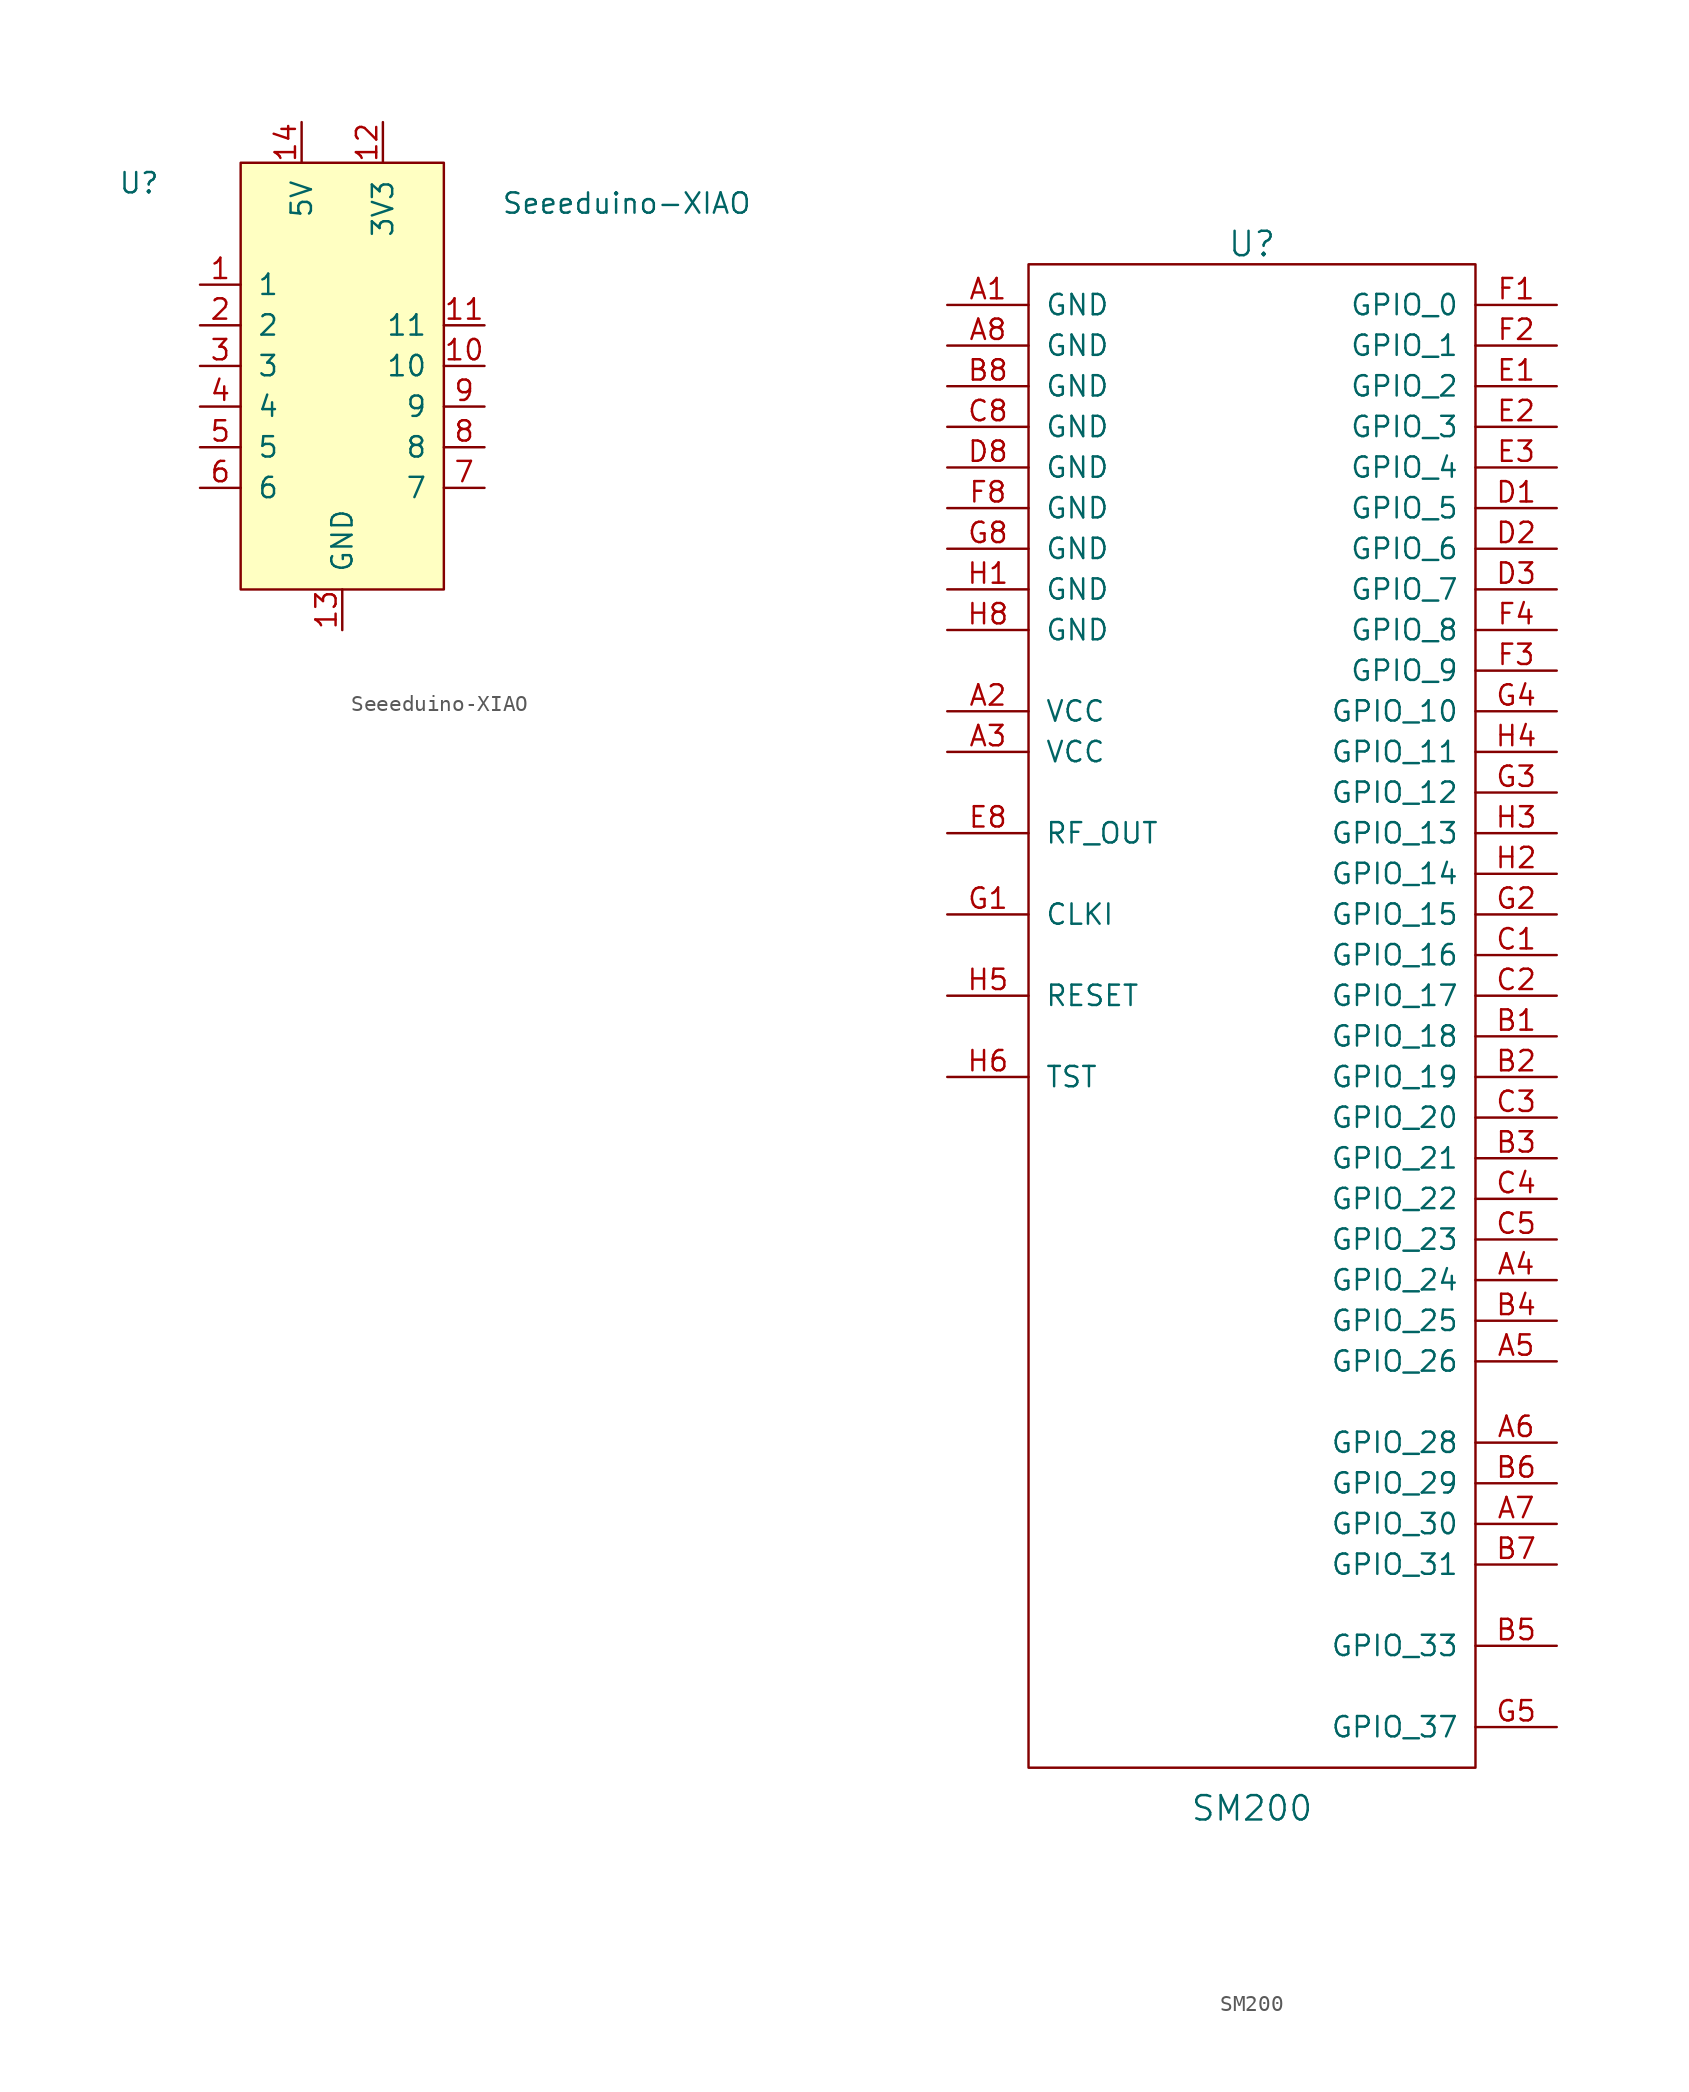
<source format=kicad_sym>
(kicad_symbol_lib
  (version 20231120)
  (generator "kicad_symbol_editor")
  (generator_version "8.0")
  (symbol "Seeeduino-XIAO"
    (pin_names
      (offset 1.016))
    (property "Reference" "U"
      (at -12.7 13.97 0)
      (effects (font (size 1.27 1.27))))
    (property "Value" "Seeeduino-XIAO"
      (at 17.78 12.7 0)
      (effects (font (size 1.27 1.27))))
    (symbol "Seeeduino-XIAO_0_0"
      (pin bidirectional line (at -8.89 7.62 0) (length 2.54) (name "1" (effects (font (size 1.27 1.27)))) (number "1" (effects (font (size 1.27 1.27)))))
      (pin bidirectional line (at 8.89 2.54 180) (length 2.54) (name "10" (effects (font (size 1.27 1.27)))) (number "10" (effects (font (size 1.27 1.27)))))
      (pin bidirectional line (at 8.89 5.08 180) (length 2.54) (name "11" (effects (font (size 1.27 1.27)))) (number "11" (effects (font (size 1.27 1.27)))))
      (pin bidirectional line (at -8.89 5.08 0) (length 2.54) (name "2" (effects (font (size 1.27 1.27)))) (number "2" (effects (font (size 1.27 1.27)))))
      (pin bidirectional line (at -8.89 2.54 0) (length 2.54) (name "3" (effects (font (size 1.27 1.27)))) (number "3" (effects (font (size 1.27 1.27)))))
      (pin bidirectional line (at -8.89 0 0) (length 2.54) (name "4" (effects (font (size 1.27 1.27)))) (number "4" (effects (font (size 1.27 1.27)))))
      (pin bidirectional line (at -8.89 -2.54 0) (length 2.54) (name "5" (effects (font (size 1.27 1.27)))) (number "5" (effects (font (size 1.27 1.27)))))
      (pin bidirectional line (at -8.89 -5.08 0) (length 2.54) (name "6" (effects (font (size 1.27 1.27)))) (number "6" (effects (font (size 1.27 1.27)))))
      (pin bidirectional line (at 8.89 -5.08 180) (length 2.54) (name "7" (effects (font (size 1.27 1.27)))) (number "7" (effects (font (size 1.27 1.27)))))
      (pin bidirectional line (at 8.89 -2.54 180) (length 2.54) (name "8" (effects (font (size 1.27 1.27)))) (number "8" (effects (font (size 1.27 1.27)))))
      (pin bidirectional line (at 8.89 0 180) (length 2.54) (name "9" (effects (font (size 1.27 1.27)))) (number "9" (effects (font (size 1.27 1.27))))))
    (symbol "Seeeduino-XIAO_0_1"
      (rectangle (start -6.35 15.24) (end 6.35 -11.43) (stroke (width 0) (type solid)) (fill (type background))))
    (symbol "Seeeduino-XIAO_1_1"
      (pin power_out line (at 2.54 17.78 270) (length 2.54) (name "3V3" (effects (font (size 1.27 1.27)))) (number "12" (effects (font (size 1.27 1.27)))))
      (pin power_in line (at 0 -13.97 90) (length 2.54) (name "GND" (effects (font (size 1.27 1.27)))) (number "13" (effects (font (size 1.27 1.27)))))
      (pin power_in line (at -2.54 17.78 270) (length 2.54) (name "5V" (effects (font (size 1.27 1.27)))) (number "14" (effects (font (size 1.27 1.27)))))))
  (symbol "SM200"
    (pin_names
      (offset 1.016))
    (property "Reference" "U"
      (at 0 43.18 0)
      (effects (font (size 1.524 1.524))))
    (property "Value" "SM200"
      (at 0 -54.61 0)
      (effects (font (size 1.524 1.524))))
    (property "Footprint" ""
      (at 17.78 31.75 0)
      (effects (font (size 1.524 1.524))))
    (property "Datasheet" ""
      (at 17.78 31.75 0)
      (effects (font (size 1.524 1.524))))
    (symbol "SM200_0_1"
      (rectangle (start -13.97 41.91) (end 13.97 -52.07) (stroke (width 0) (type solid)) (fill (type none))))
    (symbol "SM200_1_1"
      (pin power_in line (at -19.05 39.37 0) (length 5.08) (name "GND" (effects (font (size 1.27 1.27)))) (number "A1" (effects (font (size 1.27 1.27)))))
      (pin power_in line (at -19.05 13.97 0) (length 5.08) (name "VCC" (effects (font (size 1.27 1.27)))) (number "A2" (effects (font (size 1.27 1.27)))))
      (pin power_in line (at -19.05 11.43 0) (length 5.08) (name "VCC" (effects (font (size 1.27 1.27)))) (number "A3" (effects (font (size 1.27 1.27)))))
      (pin bidirectional line (at 19.05 -21.59 180) (length 5.08) (name "GPIO_24" (effects (font (size 1.27 1.27)))) (number "A4" (effects (font (size 1.27 1.27)))))
      (pin bidirectional line (at 19.05 -26.67 180) (length 5.08) (name "GPIO_26" (effects (font (size 1.27 1.27)))) (number "A5" (effects (font (size 1.27 1.27)))))
      (pin bidirectional line (at 19.05 -31.75 180) (length 5.08) (name "GPIO_28" (effects (font (size 1.27 1.27)))) (number "A6" (effects (font (size 1.27 1.27)))))
      (pin bidirectional line (at 19.05 -36.83 180) (length 5.08) (name "GPIO_30" (effects (font (size 1.27 1.27)))) (number "A7" (effects (font (size 1.27 1.27)))))
      (pin power_in line (at -19.05 36.83 0) (length 5.08) (name "GND" (effects (font (size 1.27 1.27)))) (number "A8" (effects (font (size 1.27 1.27)))))
      (pin bidirectional line (at 19.05 -6.35 180) (length 5.08) (name "GPIO_18" (effects (font (size 1.27 1.27)))) (number "B1" (effects (font (size 1.27 1.27)))))
      (pin bidirectional line (at 19.05 -8.89 180) (length 5.08) (name "GPIO_19" (effects (font (size 1.27 1.27)))) (number "B2" (effects (font (size 1.27 1.27)))))
      (pin bidirectional line (at 19.05 -13.97 180) (length 5.08) (name "GPIO_21" (effects (font (size 1.27 1.27)))) (number "B3" (effects (font (size 1.27 1.27)))))
      (pin bidirectional line (at 19.05 -24.13 180) (length 5.08) (name "GPIO_25" (effects (font (size 1.27 1.27)))) (number "B4" (effects (font (size 1.27 1.27)))))
      (pin bidirectional line (at 19.05 -44.45 180) (length 5.08) (name "GPIO_33" (effects (font (size 1.27 1.27)))) (number "B5" (effects (font (size 1.27 1.27)))))
      (pin bidirectional line (at 19.05 -34.29 180) (length 5.08) (name "GPIO_29" (effects (font (size 1.27 1.27)))) (number "B6" (effects (font (size 1.27 1.27)))))
      (pin bidirectional line (at 19.05 -39.37 180) (length 5.08) (name "GPIO_31" (effects (font (size 1.27 1.27)))) (number "B7" (effects (font (size 1.27 1.27)))))
      (pin power_in line (at -19.05 34.29 0) (length 5.08) (name "GND" (effects (font (size 1.27 1.27)))) (number "B8" (effects (font (size 1.27 1.27)))))
      (pin bidirectional line (at 19.05 -1.27 180) (length 5.08) (name "GPIO_16" (effects (font (size 1.27 1.27)))) (number "C1" (effects (font (size 1.27 1.27)))))
      (pin bidirectional line (at 19.05 -3.81 180) (length 5.08) (name "GPIO_17" (effects (font (size 1.27 1.27)))) (number "C2" (effects (font (size 1.27 1.27)))))
      (pin bidirectional line (at 19.05 -11.43 180) (length 5.08) (name "GPIO_20" (effects (font (size 1.27 1.27)))) (number "C3" (effects (font (size 1.27 1.27)))))
      (pin bidirectional line (at 19.05 -16.51 180) (length 5.08) (name "GPIO_22" (effects (font (size 1.27 1.27)))) (number "C4" (effects (font (size 1.27 1.27)))))
      (pin bidirectional line (at 19.05 -19.05 180) (length 5.08) (name "GPIO_23" (effects (font (size 1.27 1.27)))) (number "C5" (effects (font (size 1.27 1.27)))))
      (pin power_in line (at -19.05 31.75 0) (length 5.08) (name "GND" (effects (font (size 1.27 1.27)))) (number "C8" (effects (font (size 1.27 1.27)))))
      (pin bidirectional line (at 19.05 26.67 180) (length 5.08) (name "GPIO_5" (effects (font (size 1.27 1.27)))) (number "D1" (effects (font (size 1.27 1.27)))))
      (pin bidirectional line (at 19.05 24.13 180) (length 5.08) (name "GPIO_6" (effects (font (size 1.27 1.27)))) (number "D2" (effects (font (size 1.27 1.27)))))
      (pin bidirectional line (at 19.05 21.59 180) (length 5.08) (name "GPIO_7" (effects (font (size 1.27 1.27)))) (number "D3" (effects (font (size 1.27 1.27)))))
      (pin power_in line (at -19.05 29.21 0) (length 5.08) (name "GND" (effects (font (size 1.27 1.27)))) (number "D8" (effects (font (size 1.27 1.27)))))
      (pin bidirectional line (at 19.05 34.29 180) (length 5.08) (name "GPIO_2" (effects (font (size 1.27 1.27)))) (number "E1" (effects (font (size 1.27 1.27)))))
      (pin bidirectional line (at 19.05 31.75 180) (length 5.08) (name "GPIO_3" (effects (font (size 1.27 1.27)))) (number "E2" (effects (font (size 1.27 1.27)))))
      (pin bidirectional line (at 19.05 29.21 180) (length 5.08) (name "GPIO_4" (effects (font (size 1.27 1.27)))) (number "E3" (effects (font (size 1.27 1.27)))))
      (pin output line (at -19.05 6.35 0) (length 5.08) (name "RF_OUT" (effects (font (size 1.27 1.27)))) (number "E8" (effects (font (size 1.27 1.27)))))
      (pin bidirectional line (at 19.05 39.37 180) (length 5.08) (name "GPIO_0" (effects (font (size 1.27 1.27)))) (number "F1" (effects (font (size 1.27 1.27)))))
      (pin bidirectional line (at 19.05 36.83 180) (length 5.08) (name "GPIO_1" (effects (font (size 1.27 1.27)))) (number "F2" (effects (font (size 1.27 1.27)))))
      (pin bidirectional line (at 19.05 16.51 180) (length 5.08) (name "GPIO_9" (effects (font (size 1.27 1.27)))) (number "F3" (effects (font (size 1.27 1.27)))))
      (pin bidirectional line (at 19.05 19.05 180) (length 5.08) (name "GPIO_8" (effects (font (size 1.27 1.27)))) (number "F4" (effects (font (size 1.27 1.27)))))
      (pin power_in line (at -19.05 26.67 0) (length 5.08) (name "GND" (effects (font (size 1.27 1.27)))) (number "F8" (effects (font (size 1.27 1.27)))))
      (pin input line (at -19.05 1.27 0) (length 5.08) (name "CLKI" (effects (font (size 1.27 1.27)))) (number "G1" (effects (font (size 1.27 1.27)))))
      (pin bidirectional line (at 19.05 1.27 180) (length 5.08) (name "GPIO_15" (effects (font (size 1.27 1.27)))) (number "G2" (effects (font (size 1.27 1.27)))))
      (pin bidirectional line (at 19.05 8.89 180) (length 5.08) (name "GPIO_12" (effects (font (size 1.27 1.27)))) (number "G3" (effects (font (size 1.27 1.27)))))
      (pin bidirectional line (at 19.05 13.97 180) (length 5.08) (name "GPIO_10" (effects (font (size 1.27 1.27)))) (number "G4" (effects (font (size 1.27 1.27)))))
      (pin bidirectional line (at 19.05 -49.53 180) (length 5.08) (name "GPIO_37" (effects (font (size 1.27 1.27)))) (number "G5" (effects (font (size 1.27 1.27)))))
      (pin power_in line (at -19.05 24.13 0) (length 5.08) (name "GND" (effects (font (size 1.27 1.27)))) (number "G8" (effects (font (size 1.27 1.27)))))
      (pin power_in line (at -19.05 21.59 0) (length 5.08) (name "GND" (effects (font (size 1.27 1.27)))) (number "H1" (effects (font (size 1.27 1.27)))))
      (pin bidirectional line (at 19.05 3.81 180) (length 5.08) (name "GPIO_14" (effects (font (size 1.27 1.27)))) (number "H2" (effects (font (size 1.27 1.27)))))
      (pin bidirectional line (at 19.05 6.35 180) (length 5.08) (name "GPIO_13" (effects (font (size 1.27 1.27)))) (number "H3" (effects (font (size 1.27 1.27)))))
      (pin bidirectional line (at 19.05 11.43 180) (length 5.08) (name "GPIO_11" (effects (font (size 1.27 1.27)))) (number "H4" (effects (font (size 1.27 1.27)))))
      (pin input line (at -19.05 -3.81 0) (length 5.08) (name "RESET" (effects (font (size 1.27 1.27)))) (number "H5" (effects (font (size 1.27 1.27)))))
      (pin input line (at -19.05 -8.89 0) (length 5.08) (name "TST" (effects (font (size 1.27 1.27)))) (number "H6" (effects (font (size 1.27 1.27)))))
      (pin power_in line (at -19.05 19.05 0) (length 5.08) (name "GND" (effects (font (size 1.27 1.27)))) (number "H8" (effects (font (size 1.27 1.27))))))))
</source>
